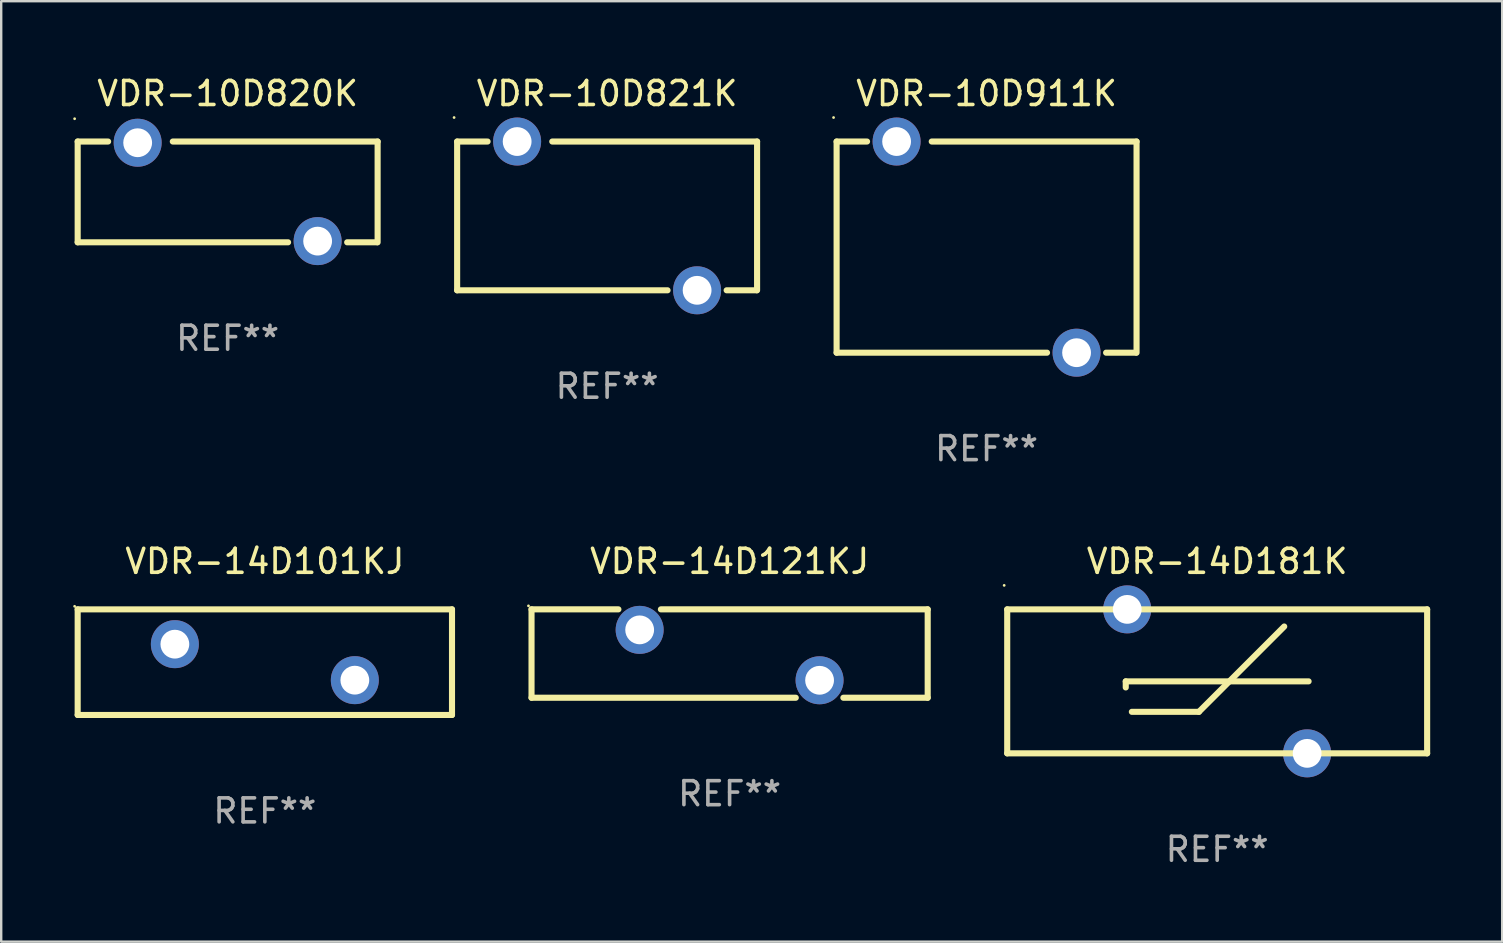
<source format=kicad_pcb>
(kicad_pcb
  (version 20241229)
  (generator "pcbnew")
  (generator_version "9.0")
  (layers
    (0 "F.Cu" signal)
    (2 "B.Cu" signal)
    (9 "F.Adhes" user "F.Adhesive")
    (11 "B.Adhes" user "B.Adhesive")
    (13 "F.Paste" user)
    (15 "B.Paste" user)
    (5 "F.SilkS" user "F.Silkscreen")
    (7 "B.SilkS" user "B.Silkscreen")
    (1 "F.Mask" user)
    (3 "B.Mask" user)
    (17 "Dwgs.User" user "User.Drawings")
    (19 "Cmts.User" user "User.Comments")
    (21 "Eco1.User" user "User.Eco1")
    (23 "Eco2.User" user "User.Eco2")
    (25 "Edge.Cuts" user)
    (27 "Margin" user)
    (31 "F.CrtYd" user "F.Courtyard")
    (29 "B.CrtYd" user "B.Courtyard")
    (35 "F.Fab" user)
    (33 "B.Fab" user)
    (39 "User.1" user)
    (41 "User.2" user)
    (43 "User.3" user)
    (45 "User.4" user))
  (footprint "VDR-10D911K"
    (layer "F.Cu")
    (at 38.065 7.248)
    (property "Reference" "VDR-10D911K" (at 0 -6.4 0) (layer "F.SilkS") (effects (font (size 1 1) (thickness 0.15))))
    (attr through_hole)
    (fp_line (start -6.25 -4.4) (end -4.981 -4.4) (stroke (width 0.254) (type solid)) (layer "F.SilkS"))
    (fp_line (start -6.25 4.4) (end -6.25 -4.4) (stroke (width 0.254) (type solid)) (layer "F.SilkS"))
    (fp_line (start -6.25 4.4) (end 2.519 4.4) (stroke (width 0.254) (type solid)) (layer "F.SilkS"))
    (fp_line (start 4.981 4.4) (end 6.223 4.4) (stroke (width 0.254) (type solid)) (layer "F.SilkS"))
    (fp_line (start 6.25 -4.4) (end -2.286 -4.4) (stroke (width 0.254) (type solid)) (layer "F.SilkS"))
    (fp_line (start 6.25 -4.4) (end 6.25 4.4) (stroke (width 0.254) (type solid)) (layer "F.SilkS"))
    (fp_circle (center -6.377 -5.4) (end -6.347 -5.4) (stroke (width 0.06) (type solid)) (fill no) (layer "F.SilkS"))
    (fp_text user "REF**" (at 0 8.4 0) (layer "F.Fab") (effects (font (size 1 1) (thickness 0.15))))
    (pad "1" thru_hole circle (at -3.75 -4.4) (size 2 2) (drill 1.2) (layers "*.Cu" "*.Mask"))
    (pad "2" thru_hole circle (at 3.75 4.4) (size 2 2) (drill 1.2) (layers "*.Cu" "*.Mask")))
  (footprint "VDR-10D820K"
    (layer "F.Cu")
    (at 6.437 4.948)
    (property "Reference" "VDR-10D820K" (at 0 -4.1 0) (layer "F.SilkS") (effects (font (size 1 1) (thickness 0.15))))
    (attr through_hole)
    (fp_line (start -6.25 -2.1) (end -6.25 2.1) (stroke (width 0.254) (type solid)) (layer "F.SilkS"))
    (fp_line (start -6.25 -2.1) (end -4.981 -2.1) (stroke (width 0.254) (type solid)) (layer "F.SilkS"))
    (fp_line (start -6.25 2.1) (end 2.519 2.1) (stroke (width 0.254) (type solid)) (layer "F.SilkS"))
    (fp_line (start 4.981 2.1) (end 6.223 2.1) (stroke (width 0.254) (type solid)) (layer "F.SilkS"))
    (fp_line (start 6.25 -2.1) (end -2.286 -2.1) (stroke (width 0.254) (type solid)) (layer "F.SilkS"))
    (fp_line (start 6.25 -2.1) (end 6.25 2.1) (stroke (width 0.254) (type solid)) (layer "F.SilkS"))
    (fp_circle (center -6.377 -3.05) (end -6.347 -3.05) (stroke (width 0.06) (type solid)) (fill no) (layer "F.SilkS"))
    (fp_text user "REF**" (at 0 6.1 0) (layer "F.Fab") (effects (font (size 1 1) (thickness 0.15))))
    (pad "1" thru_hole circle (at -3.75 -2.05) (size 2 2) (drill 1.2) (layers "*.Cu" "*.Mask"))
    (pad "2" thru_hole circle (at 3.75 2.05) (size 2 2) (drill 1.2) (layers "*.Cu" "*.Mask")))
  (footprint "VDR-14D121KJ"
    (layer "F.Cu")
    (at 27.356 24.186)
    (property "Reference" "VDR-14D121KJ" (at 0 -3.842 0) (layer "F.SilkS") (effects (font (size 1 1) (thickness 0.15))))
    (attr through_hole)
    (fp_line (start -8.255 -1.842) (end -4.634 -1.842) (stroke (width 0.254) (type solid)) (layer "F.SilkS"))
    (fp_line (start -8.255 1.842) (end -8.255 -1.842) (stroke (width 0.254) (type solid)) (layer "F.SilkS"))
    (fp_line (start -2.864 -1.842) (end 8.255 -1.842) (stroke (width 0.254) (type solid)) (layer "F.SilkS"))
    (fp_line (start 2.757 1.842) (end -8.255 1.842) (stroke (width 0.254) (type solid)) (layer "F.SilkS"))
    (fp_line (start 8.255 -1.842) (end 8.255 1.842) (stroke (width 0.254) (type solid)) (layer "F.SilkS"))
    (fp_line (start 8.255 1.842) (end 4.741 1.842) (stroke (width 0.254) (type solid)) (layer "F.SilkS"))
    (fp_circle (center -8.382 -1.987) (end -8.352 -1.987) (stroke (width 0.06) (type solid)) (fill no) (layer "F.SilkS"))
    (fp_text user "REF**" (at 0 5.842 0) (layer "F.Fab") (effects (font (size 1 1) (thickness 0.15))))
    (pad "1" thru_hole circle (at -3.749 -0.987) (size 2 2) (drill 1.2) (layers "*.Cu" "*.Mask"))
    (pad "2" thru_hole circle (at 3.749 1.114) (size 2 2) (drill 1.2) (layers "*.Cu" "*.Mask")))
  (footprint "VDR-14D181K"
    (layer "F.Cu")
    (at 47.675 25.345)
    (property "Reference" "VDR-14D181K" (at 0 -5 0) (layer "F.SilkS") (effects (font (size 1 1) (thickness 0.15))))
    (attr through_hole)
    (fp_line (start -8.75 -3) (end -8.75 3) (stroke (width 0.254) (type solid)) (layer "F.SilkS"))
    (fp_line (start -8.75 -3) (end 8.75 -3) (stroke (width 0.254) (type solid)) (layer "F.SilkS"))
    (fp_line (start -3.81 0) (end 3.81 0) (stroke (width 0.254) (type solid)) (layer "F.SilkS"))
    (fp_line (start -3.81 0.254) (end -3.81 0) (stroke (width 0.254) (type solid)) (layer "F.SilkS"))
    (fp_line (start -3.556 1.27) (end -0.762 1.27) (stroke (width 0.254) (type solid)) (layer "F.SilkS"))
    (fp_line (start -0.762 1.27) (end 2.794 -2.286) (stroke (width 0.254) (type solid)) (layer "F.SilkS"))
    (fp_line (start 8.75 3) (end -8.75 3) (stroke (width 0.254) (type solid)) (layer "F.SilkS"))
    (fp_line (start 8.75 3) (end 8.75 -3) (stroke (width 0.254) (type solid)) (layer "F.SilkS"))
    (fp_circle (center -8.877 -4) (end -8.847 -4) (stroke (width 0.06) (type solid)) (fill no) (layer "F.SilkS"))
    (fp_text user "REF**" (at 0 7 0) (layer "F.Fab") (effects (font (size 1 1) (thickness 0.15))))
    (pad "1" thru_hole circle (at -3.749 -3) (size 2 2) (drill 1.2) (layers "*.Cu" "*.Mask"))
    (pad "2" thru_hole circle (at 3.749 3) (size 2 2) (drill 1.2) (layers "*.Cu" "*.Mask")))
  (footprint "VDR-14D101KJ"
    (layer "F.Cu")
    (at 7.987 24.545)
    (property "Reference" "VDR-14D101KJ" (at 0 -4.2 0) (layer "F.SilkS") (effects (font (size 1 1) (thickness 0.15))))
    (attr through_hole)
    (fp_line (start -7.8 -2.2) (end -7.8 2.2) (stroke (width 0.254) (type solid)) (layer "F.SilkS"))
    (fp_line (start -7.8 -2.2) (end 7.8 -2.2) (stroke (width 0.254) (type solid)) (layer "F.SilkS"))
    (fp_line (start -7.8 2.2) (end 7.8 2.2) (stroke (width 0.254) (type solid)) (layer "F.SilkS"))
    (fp_line (start 7.8 -2.2) (end 7.8 2.2) (stroke (width 0.254) (type solid)) (layer "F.SilkS"))
    (fp_circle (center -7.927 -2.327) (end -7.897 -2.327) (stroke (width 0.06) (type solid)) (fill no) (layer "F.SilkS"))
    (fp_text user "REF**" (at 0 6.2 0) (layer "F.Fab") (effects (font (size 1 1) (thickness 0.15))))
    (pad "1" thru_hole circle (at -3.75 -0.75) (size 2 2) (drill 1.2) (layers "*.Cu" "*.Mask"))
    (pad "2" thru_hole circle (at 3.75 0.75) (size 2 2) (drill 1.2) (layers "*.Cu" "*.Mask")))
  (footprint "VDR-10D821K"
    (layer "F.Cu")
    (at 22.251 5.948)
    (property "Reference" "VDR-10D821K" (at 0 -5.1 0) (layer "F.SilkS") (effects (font (size 1 1) (thickness 0.15))))
    (attr through_hole)
    (fp_line (start -6.25 -3.1) (end -6.25 3.1) (stroke (width 0.254) (type solid)) (layer "F.SilkS"))
    (fp_line (start -6.25 -3.1) (end -4.981 -3.1) (stroke (width 0.254) (type solid)) (layer "F.SilkS"))
    (fp_line (start -6.25 3.1) (end 2.519 3.1) (stroke (width 0.254) (type solid)) (layer "F.SilkS"))
    (fp_line (start 4.981 3.1) (end 6.223 3.1) (stroke (width 0.254) (type solid)) (layer "F.SilkS"))
    (fp_line (start 6.25 -3.1) (end -2.286 -3.1) (stroke (width 0.254) (type solid)) (layer "F.SilkS"))
    (fp_line (start 6.25 -3.1) (end 6.25 3.1) (stroke (width 0.254) (type solid)) (layer "F.SilkS"))
    (fp_circle (center -6.377 -4.1) (end -6.347 -4.1) (stroke (width 0.06) (type solid)) (fill no) (layer "F.SilkS"))
    (fp_text user "REF**" (at 0 7.1 0) (layer "F.Fab") (effects (font (size 1 1) (thickness 0.15))))
    (pad "1" thru_hole circle (at -3.75 -3.1) (size 2 2) (drill 1.2) (layers "*.Cu" "*.Mask"))
    (pad "2" thru_hole circle (at 3.75 3.1) (size 2 2) (drill 1.2) (layers "*.Cu" "*.Mask")))
  (gr_rect
    (start -3 -3)
    (end 59.552 36.193)
    (stroke (width 0.1) (type default))
    (fill no)
    (layer "Edge.Cuts")))
</source>
